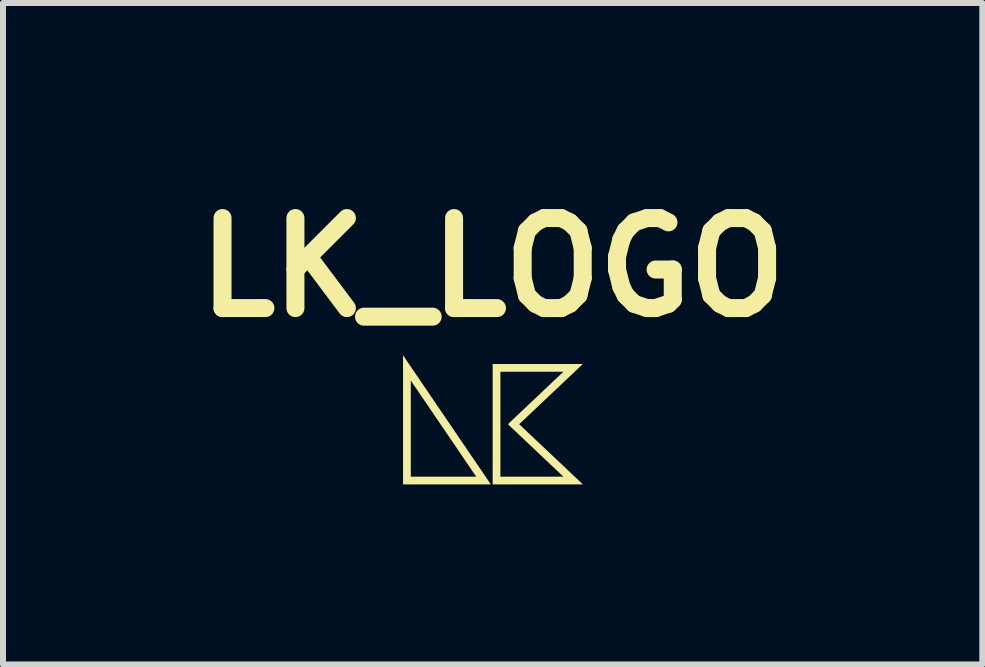
<source format=kicad_pcb>
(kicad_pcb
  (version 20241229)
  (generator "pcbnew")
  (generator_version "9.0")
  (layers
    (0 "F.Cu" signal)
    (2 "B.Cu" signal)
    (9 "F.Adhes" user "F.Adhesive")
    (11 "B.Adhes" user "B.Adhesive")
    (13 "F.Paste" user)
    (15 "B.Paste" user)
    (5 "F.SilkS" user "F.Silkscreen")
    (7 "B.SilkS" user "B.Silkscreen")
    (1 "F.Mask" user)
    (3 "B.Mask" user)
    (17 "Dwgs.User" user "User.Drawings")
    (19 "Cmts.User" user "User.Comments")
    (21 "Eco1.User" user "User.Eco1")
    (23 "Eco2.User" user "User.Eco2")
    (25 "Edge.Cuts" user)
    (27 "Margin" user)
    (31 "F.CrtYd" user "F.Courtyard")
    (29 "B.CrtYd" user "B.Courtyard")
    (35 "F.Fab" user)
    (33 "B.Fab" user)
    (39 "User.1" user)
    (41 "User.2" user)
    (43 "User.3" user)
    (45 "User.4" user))
  (footprint "LK_LOGO"
    (layer "F.Cu")
    (at 5.161 3.944)
    (property "Reference" "LK_LOGO" (at -0.004 -2.54 0) (layer "F.SilkS") (effects (font (size 1.5 1.5) (thickness 0.3))))
    (attr board_only exclude_from_pos_files exclude_from_bom)
    (fp_poly (pts (xy 0.747 -0.93) (xy 1.499 -0.93) (xy 1.497 -0.929) (xy 1.497 -0.928) (xy 1.496 -0.928) (xy 1.495 -0.927) (xy 1.493 -0.925) (xy 1.491 -0.923) (xy 1.488 -0.921) (xy 1.485 -0.918) (xy 1.482 -0.915) (xy 1.478 -0.911) (xy 1.474 -0.907) (xy 1.47 -0.903) (xy 1.465 -0.899) (xy 1.46 -0.894) (xy 1.454 -0.888) (xy 1.448 -0.883) (xy 1.442 -0.877) (xy 1.436 -0.871) (xy 1.429 -0.864) (xy 1.422 -0.858) (xy 1.414 -0.851) (xy 1.407 -0.843) (xy 1.398 -0.836) (xy 1.39 -0.828) (xy 1.382 -0.82) (xy 1.373 -0.811) (xy 1.364 -0.803) (xy 1.354 -0.794) (xy 1.345 -0.785) (xy 1.335 -0.775) (xy 1.325 -0.766) (xy 1.314 -0.756) (xy 1.304 -0.746) (xy 1.293 -0.736) (xy 1.282 -0.726) (xy 1.271 -0.715) (xy 1.26 -0.704) (xy 1.248 -0.694) (xy 1.237 -0.683) (xy 1.225 -0.671) (xy 1.213 -0.66) (xy 1.201 -0.649) (xy 1.189 -0.637) (xy 1.176 -0.625) (xy 1.164 -0.614) (xy 1.151 -0.602) (xy 1.138 -0.59) (xy 1.126 -0.578) (xy 1.113 -0.565) (xy 1.1 -0.553) (xy 1.087 -0.541) (xy 1.074 -0.528) (xy 1.06 -0.516) (xy 1.047 -0.504) (xy 1.034 -0.491) (xy 1.021 -0.478) (xy 1.007 -0.466) (xy 0.994 -0.453) (xy 0.98 -0.44) (xy 0.967 -0.428) (xy 0.954 -0.415) (xy 0.94 -0.403) (xy 0.927 -0.39) (xy 0.914 -0.377) (xy 0.9 -0.365) (xy 0.887 -0.352) (xy 0.874 -0.34) (xy 0.861 -0.327) (xy 0.848 -0.315) (xy 0.835 -0.302) (xy 0.822 -0.29) (xy 0.809 -0.278) (xy 0.796 -0.266) (xy 0.783 -0.254) (xy 0.771 -0.242) (xy 0.758 -0.23) (xy 0.746 -0.219) (xy 0.734 -0.207) (xy 0.721 -0.196) (xy 0.71 -0.184) (xy 0.698 -0.173) (xy 0.686 -0.162) (xy 0.675 -0.151) (xy 0.663 -0.141) (xy 0.652 -0.13) (xy 0.641 -0.12) (xy 0.631 -0.11) (xy 0.62 -0.1) (xy 0.61 -0.09) (xy 0.6 -0.081) (xy 0.59 -0.071) (xy 0.58 -0.062) (xy 0.571 -0.053) (xy 0.562 -0.045) (xy 0.553 -0.036) (xy 0.545 -0.028) (xy 0.536 -0.02) (xy 0.528 -0.013) (xy 0.52 -0.006) (xy 0.513 0.002) (xy 0.506 0.008) (xy 0.499 0.015) (xy 0.493 0.021) (xy 0.486 0.027) (xy 0.481 0.032) (xy 0.475 0.037) (xy 0.47 0.042) (xy 0.465 0.047) (xy 0.461 0.051) (xy 0.457 0.055) (xy 0.453 0.058) (xy 0.45 0.061) (xy 0.447 0.064) (xy 0.444 0.067) (xy 0.442 0.068) (xy 0.441 0.07) (xy 0.439 0.071) (xy 0.439 0.072) (xy 0.438 0.072) (xy 0.438 0.072) (xy 0.438 0.073) (xy 0.439 0.073) (xy 0.44 0.074) (xy 0.442 0.076) (xy 0.444 0.078) (xy 0.446 0.08) (xy 0.449 0.082) (xy 0.452 0.086) (xy 0.456 0.089) (xy 0.46 0.093) (xy 0.464 0.097) (xy 0.469 0.101) (xy 0.474 0.106) (xy 0.48 0.112) (xy 0.485 0.117) (xy 0.492 0.123) (xy 0.498 0.129) (xy 0.505 0.136) (xy 0.513 0.143) (xy 0.52 0.15) (xy 0.528 0.157) (xy 0.536 0.165) (xy 0.545 0.173) (xy 0.554 0.182) (xy 0.563 0.19) (xy 0.573 0.199) (xy 0.582 0.209) (xy 0.592 0.218) (xy 0.603 0.228) (xy 0.613 0.238) (xy 0.624 0.248) (xy 0.635 0.259) (xy 0.647 0.269) (xy 0.658 0.28) (xy 0.67 0.292) (xy 0.682 0.303) (xy 0.695 0.315) (xy 0.707 0.327) (xy 0.72 0.339) (xy 0.733 0.351) (xy 0.746 0.363) (xy 0.759 0.376) (xy 0.773 0.389) (xy 0.787 0.402) (xy 0.801 0.415) (xy 0.815 0.428) (xy 0.829 0.442) (xy 0.843 0.455) (xy 0.858 0.469) (xy 0.873 0.483) (xy 0.887 0.497) (xy 0.902 0.511) (xy 0.918 0.525) (xy 0.933 0.54) (xy 0.948 0.554) (xy 0.964 0.569) (xy 0.968 0.574) (xy 0.984 0.588) (xy 0.999 0.603) (xy 1.015 0.617) (xy 1.03 0.631) (xy 1.045 0.646) (xy 1.06 0.66) (xy 1.074 0.674) (xy 1.089 0.687) (xy 1.103 0.701) (xy 1.118 0.715) (xy 1.132 0.728) (xy 1.146 0.741) (xy 1.16 0.754) (xy 1.173 0.767) (xy 1.187 0.78) (xy 1.2 0.792) (xy 1.213 0.805) (xy 1.226 0.817) (xy 1.238 0.829) (xy 1.251 0.84) (xy 1.263 0.852) (xy 1.275 0.863) (xy 1.287 0.874) (xy 1.298 0.885) (xy 1.309 0.896) (xy 1.32 0.906) (xy 1.331 0.916) (xy 1.341 0.926) (xy 1.351 0.936) (xy 1.361 0.945) (xy 1.371 0.954) (xy 1.38 0.963) (xy 1.389 0.971) (xy 1.398 0.979) (xy 1.406 0.987) (xy 1.414 0.995) (xy 1.422 1.002) (xy 1.429 1.009) (xy 1.436 1.016) (xy 1.443 1.022) (xy 1.449 1.028) (xy 1.455 1.034) (xy 1.461 1.039) (xy 1.466 1.044) (xy 1.471 1.049) (xy 1.476 1.053) (xy 1.48 1.057) (xy 1.484 1.061) (xy 1.487 1.064) (xy 1.49 1.067) (xy 1.492 1.069) (xy 1.494 1.071) (xy 1.496 1.072) (xy 1.497 1.074) (xy 1.498 1.074) (xy 1.499 1.075) (xy 1.499 1.075) (xy 1.498 1.075) (xy 1.497 1.075) (xy 1.496 1.075) (xy 1.494 1.075) (xy 1.491 1.075) (xy 1.488 1.075) (xy 1.484 1.075) (xy 1.479 1.075) (xy 1.474 1.075) (xy 1.469 1.075) (xy 1.463 1.075) (xy 1.456 1.075) (xy 1.449 1.075) (xy 1.442 1.075) (xy 1.433 1.075) (xy 1.425 1.075) (xy 1.416 1.075) (xy 1.406 1.075) (xy 1.396 1.075) (xy 1.386 1.075) (xy 1.375 1.075) (xy 1.363 1.075) (xy 1.351 1.075) (xy 1.339 1.075) (xy 1.327 1.075) (xy 1.313 1.075) (xy 1.3 1.075) (xy 1.286 1.075) (xy 1.272 1.075) (xy 1.257 1.075) (xy 1.242 1.075) (xy 1.227 1.075) (xy 1.211 1.075) (xy 1.195 1.075) (xy 1.179 1.075) (xy 1.162 1.075) (xy 1.145 1.075) (xy 1.128 1.075) (xy 1.11 1.075) (xy 1.092 1.075) (xy 1.074 1.075) (xy 1.055 1.075) (xy 1.036 1.075) (xy 1.017 1.075) (xy 0.998 1.075) (xy 0.979 1.075) (xy 0.959 1.075) (xy 0.939 1.075) (xy 0.919 1.075) (xy 0.898 1.075) (xy 0.878 1.075) (xy 0.857 1.075) (xy 0.836 1.075) (xy 0.815 1.075) (xy 0.794 1.075) (xy 0.772 1.075) (xy 0.751 1.075) (xy 0.747 1.075) (xy -0.004 1.075) (xy -0.004 0.072) (xy -0.004 -0.801) (xy 0.125 -0.801) (xy 0.125 0.072) (xy 0.125 0.946) (xy 0.649 0.946) (xy 1.174 0.946) (xy 1.173 0.945) (xy 1.173 0.945) (xy 1.172 0.944) (xy 1.171 0.943) (xy 1.169 0.941) (xy 1.167 0.939) (xy 1.165 0.937) (xy 1.162 0.935) (xy 1.159 0.932) (xy 1.155 0.928) (xy 1.151 0.924) (xy 1.147 0.92) (xy 1.142 0.916) (xy 1.137 0.911) (xy 1.131 0.906) (xy 1.125 0.9) (xy 1.119 0.894) (xy 1.113 0.888) (xy 1.106 0.881) (xy 1.099 0.875) (xy 1.091 0.867) (xy 1.083 0.86) (xy 1.075 0.852) (xy 1.067 0.844) (xy 1.058 0.836) (xy 1.049 0.827) (xy 1.039 0.819) (xy 1.03 0.809) (xy 1.02 0.8) (xy 1.01 0.79) (xy 0.999 0.781) (xy 0.988 0.771) (xy 0.978 0.76) (xy 0.966 0.75) (xy 0.955 0.739) (xy 0.943 0.728) (xy 0.932 0.717) (xy 0.92 0.705) (xy 0.907 0.694) (xy 0.895 0.682) (xy 0.882 0.67) (xy 0.869 0.658) (xy 0.856 0.646) (xy 0.843 0.633) (xy 0.83 0.621) (xy 0.817 0.608) (xy 0.803 0.595) (xy 0.789 0.582) (xy 0.775 0.569) (xy 0.761 0.556) (xy 0.747 0.542) (xy 0.733 0.529) (xy 0.718 0.515) (xy 0.711 0.508) (xy 0.697 0.495) (xy 0.682 0.481) (xy 0.668 0.468) (xy 0.654 0.454) (xy 0.64 0.441) (xy 0.626 0.428) (xy 0.612 0.415) (xy 0.599 0.402) (xy 0.585 0.39) (xy 0.572 0.377) (xy 0.559 0.365) (xy 0.546 0.353) (xy 0.534 0.341) (xy 0.521 0.329) (xy 0.509 0.317) (xy 0.497 0.306) (xy 0.485 0.294) (xy 0.473 0.283) (xy 0.461 0.272) (xy 0.45 0.262) (xy 0.439 0.251) (xy 0.428 0.241) (xy 0.418 0.231) (xy 0.408 0.221) (xy 0.398 0.212) (xy 0.388 0.203) (xy 0.378 0.194) (xy 0.369 0.185) (xy 0.36 0.177) (xy 0.352 0.168) (xy 0.343 0.161) (xy 0.335 0.153) (xy 0.328 0.146) (xy 0.32 0.139) (xy 0.313 0.132) (xy 0.306 0.126) (xy 0.3 0.12) (xy 0.294 0.114) (xy 0.288 0.109) (xy 0.283 0.104) (xy 0.278 0.099) (xy 0.274 0.095) (xy 0.269 0.091) (xy 0.266 0.087) (xy 0.262 0.084) (xy 0.259 0.081) (xy 0.257 0.078) (xy 0.254 0.076) (xy 0.253 0.075) (xy 0.251 0.073) (xy 0.25 0.073) (xy 0.25 0.072) (xy 0.25 0.072) (xy 0.25 0.072) (xy 0.251 0.071) (xy 0.252 0.07) (xy 0.254 0.069) (xy 0.255 0.067) (xy 0.258 0.065) (xy 0.261 0.062) (xy 0.264 0.059) (xy 0.267 0.056) (xy 0.271 0.052) (xy 0.276 0.048) (xy 0.281 0.043) (xy 0.286 0.038) (xy 0.291 0.033) (xy 0.297 0.028) (xy 0.303 0.022) (xy 0.31 0.016) (xy 0.317 0.009) (xy 0.324 0.002) (xy 0.331 -0.005) (xy 0.339 -0.012) (xy 0.347 -0.02) (xy 0.356 -0.028) (xy 0.365 -0.036) (xy 0.374 -0.045) (xy 0.383 -0.054) (xy 0.393 -0.063) (xy 0.403 -0.072) (xy 0.413 -0.082) (xy 0.423 -0.092) (xy 0.434 -0.102) (xy 0.445 -0.112) (xy 0.456 -0.122) (xy 0.467 -0.133) (xy 0.479 -0.144) (xy 0.491 -0.155) (xy 0.503 -0.167) (xy 0.515 -0.178) (xy 0.527 -0.19) (xy 0.54 -0.202) (xy 0.553 -0.214) (xy 0.566 -0.226) (xy 0.579 -0.239) (xy 0.592 -0.251) (xy 0.605 -0.264) (xy 0.619 -0.277) (xy 0.633 -0.29) (xy 0.647 -0.303) (xy 0.661 -0.316) (xy 0.675 -0.33) (xy 0.689 -0.343) (xy 0.703 -0.357) (xy 0.71 -0.362) (xy 0.724 -0.376) (xy 0.738 -0.39) (xy 0.753 -0.403) (xy 0.767 -0.416) (xy 0.781 -0.43) (xy 0.795 -0.443) (xy 0.808 -0.456) (xy 0.822 -0.468) (xy 0.835 -0.481) (xy 0.848 -0.494) (xy 0.861 -0.506) (xy 0.874 -0.518) (xy 0.887 -0.53) (xy 0.9 -0.542) (xy 0.912 -0.554) (xy 0.924 -0.565) (xy 0.936 -0.576) (xy 0.948 -0.587) (xy 0.959 -0.598) (xy 0.97 -0.609) (xy 0.982 -0.619) (xy 0.992 -0.63) (xy 1.003 -0.64) (xy 1.013 -0.649) (xy 1.023 -0.659) (xy 1.033 -0.668) (xy 1.042 -0.677) (xy 1.052 -0.686) (xy 1.061 -0.694) (xy 1.069 -0.702) (xy 1.078 -0.71) (xy 1.086 -0.718) (xy 1.093 -0.725) (xy 1.101 -0.732) (xy 1.108 -0.739) (xy 1.115 -0.745) (xy 1.121 -0.751) (xy 1.127 -0.757) (xy 1.133 -0.762) (xy 1.138 -0.767) (xy 1.143 -0.772) (xy 1.148 -0.776) (xy 1.152 -0.78) (xy 1.156 -0.784) (xy 1.159 -0.787) (xy 1.162 -0.79) (xy 1.165 -0.793) (xy 1.167 -0.795) (xy 1.169 -0.796) (xy 1.17 -0.798) (xy 1.171 -0.799) (xy 1.171 -0.799) (xy 1.171 -0.799) (xy 1.174 -0.801) (xy 0.649 -0.801) (xy 0.125 -0.801) (xy -0.004 -0.801) (xy -0.004 -0.93)) (stroke (width 0) (type solid)) (fill yes) (layer "F.SilkS"))
    (fp_poly (pts (xy -1.438 -0.989) (xy -1.433 -0.981) (xy -1.427 -0.972) (xy -1.42 -0.963) (xy -1.414 -0.953) (xy -1.407 -0.943) (xy -1.4 -0.933) (xy -1.393 -0.923) (xy -1.385 -0.912) (xy -1.378 -0.9) (xy -1.37 -0.889) (xy -1.362 -0.877) (xy -1.353 -0.864) (xy -1.345 -0.852) (xy -1.336 -0.839) (xy -1.327 -0.825) (xy -1.318 -0.812) (xy -1.308 -0.798) (xy -1.299 -0.784) (xy -1.289 -0.77) (xy -1.279 -0.755) (xy -1.269 -0.74) (xy -1.258 -0.725) (xy -1.248 -0.709) (xy -1.237 -0.694) (xy -1.226 -0.678) (xy -1.215 -0.661) (xy -1.204 -0.645) (xy -1.193 -0.628) (xy -1.181 -0.611) (xy -1.17 -0.594) (xy -1.158 -0.577) (xy -1.146 -0.56) (xy -1.134 -0.542) (xy -1.122 -0.524) (xy -1.11 -0.506) (xy -1.097 -0.488) (xy -1.085 -0.47) (xy -1.072 -0.451) (xy -1.06 -0.433) (xy -1.047 -0.414) (xy -1.034 -0.395) (xy -1.021 -0.376) (xy -1.008 -0.357) (xy -0.995 -0.337) (xy -0.982 -0.318) (xy -0.968 -0.298) (xy -0.955 -0.279) (xy -0.942 -0.259) (xy -0.928 -0.239) (xy -0.915 -0.219) (xy -0.901 -0.199) (xy -0.888 -0.179) (xy -0.874 -0.159) (xy -0.86 -0.139) (xy -0.847 -0.119) (xy -0.833 -0.099) (xy -0.819 -0.079) (xy -0.805 -0.058) (xy -0.792 -0.038) (xy -0.778 -0.018) (xy -0.764 0.002) (xy -0.75 0.023) (xy -0.736 0.043) (xy -0.722 0.063) (xy -0.709 0.084) (xy -0.695 0.104) (xy -0.681 0.124) (xy -0.667 0.144) (xy -0.654 0.164) (xy -0.64 0.184) (xy -0.627 0.204) (xy -0.613 0.224) (xy -0.599 0.244) (xy -0.586 0.264) (xy -0.573 0.284) (xy -0.559 0.303) (xy -0.546 0.323) (xy -0.533 0.342) (xy -0.52 0.362) (xy -0.507 0.381) (xy -0.494 0.4) (xy -0.481 0.419) (xy -0.468 0.438) (xy -0.455 0.456) (xy -0.443 0.475) (xy -0.43 0.493) (xy -0.418 0.512) (xy -0.405 0.53) (xy -0.393 0.547) (xy -0.381 0.565) (xy -0.369 0.583) (xy -0.358 0.6) (xy -0.346 0.617) (xy -0.334 0.634) (xy -0.323 0.651) (xy -0.312 0.667) (xy -0.301 0.683) (xy -0.29 0.699) (xy -0.279 0.715) (xy -0.269 0.731) (xy -0.258 0.746) (xy -0.248 0.761) (xy -0.238 0.776) (xy -0.228 0.79) (xy -0.219 0.804) (xy -0.209 0.818) (xy -0.2 0.832) (xy -0.191 0.845) (xy -0.182 0.858) (xy -0.173 0.871) (xy -0.165 0.883) (xy -0.157 0.895) (xy -0.149 0.907) (xy -0.141 0.918) (xy -0.134 0.929) (xy -0.126 0.94) (xy -0.119 0.95) (xy -0.113 0.96) (xy -0.106 0.97) (xy -0.1 0.979) (xy -0.094 0.988) (xy -0.088 0.997) (xy -0.083 1.005) (xy -0.077 1.012) (xy -0.072 1.019) (xy -0.068 1.026) (xy -0.063 1.033) (xy -0.059 1.039) (xy -0.056 1.044) (xy -0.052 1.049) (xy -0.049 1.054) (xy -0.046 1.058) (xy -0.044 1.062) (xy -0.041 1.065) (xy -0.039 1.068) (xy -0.038 1.07) (xy -0.037 1.072) (xy -0.036 1.074) (xy -0.035 1.074) (xy -0.035 1.075) (xy -0.035 1.075) (xy -0.035 1.075) (xy -0.036 1.075) (xy -0.038 1.075) (xy -0.04 1.075) (xy -0.042 1.075) (xy -0.046 1.075) (xy -0.05 1.075) (xy -0.054 1.075) (xy -0.059 1.075) (xy -0.065 1.075) (xy -0.071 1.075) (xy -0.078 1.075) (xy -0.085 1.075) (xy -0.093 1.075) (xy -0.101 1.075) (xy -0.11 1.075) (xy -0.119 1.075) (xy -0.129 1.075) (xy -0.139 1.075) (xy -0.15 1.075) (xy -0.161 1.075) (xy -0.173 1.075) (xy -0.185 1.075) (xy -0.198 1.075) (xy -0.211 1.075) (xy -0.225 1.075) (xy -0.239 1.075) (xy -0.253 1.075) (xy -0.268 1.075) (xy -0.283 1.075) (xy -0.299 1.075) (xy -0.315 1.075) (xy -0.332 1.075) (xy -0.349 1.075) (xy -0.366 1.075) (xy -0.384 1.075) (xy -0.402 1.075) (xy -0.42 1.075) (xy -0.439 1.075) (xy -0.458 1.075) (xy -0.478 1.075) (xy -0.498 1.075) (xy -0.518 1.075) (xy -0.538 1.075) (xy -0.559 1.075) (xy -0.58 1.075) (xy -0.602 1.075) (xy -0.624 1.075) (xy -0.646 1.075) (xy -0.668 1.075) (xy -0.691 1.075) (xy -0.713 1.075) (xy -0.737 1.075) (xy -0.76 1.075) (xy -0.766 1.075) (xy -0.793 1.075) (xy -0.819 1.075) (xy -0.844 1.075) (xy -0.869 1.075) (xy -0.893 1.075) (xy -0.917 1.075) (xy -0.94 1.075) (xy -0.962 1.075) (xy -0.984 1.075) (xy -1.006 1.075) (xy -1.026 1.075) (xy -1.047 1.075) (xy -1.066 1.075) (xy -1.085 1.075) (xy -1.104 1.075) (xy -1.122 1.075) (xy -1.14 1.075) (xy -1.157 1.075) (xy -1.173 1.075) (xy -1.189 1.075) (xy -1.205 1.075) (xy -1.22 1.075) (xy -1.235 1.075) (xy -1.249 1.075) (xy -1.262 1.075) (xy -1.276 1.075) (xy -1.288 1.075) (xy -1.301 1.075) (xy -1.312 1.075) (xy -1.324 1.075) (xy -1.335 1.075) (xy -1.345 1.075) (xy -1.355 1.075) (xy -1.365 1.075) (xy -1.375 1.075) (xy -1.383 1.075) (xy -1.392 1.075) (xy -1.4 1.075) (xy -1.408 1.075) (xy -1.415 1.075) (xy -1.422 1.075) (xy -1.429 1.075) (xy -1.435 1.075) (xy -1.441 1.075) (xy -1.447 1.075) (xy -1.452 1.075) (xy -1.457 1.075) (xy -1.462 1.075) (xy -1.466 1.075) (xy -1.47 1.075) (xy -1.474 1.075) (xy -1.477 1.075) (xy -1.48 1.075) (xy -1.483 1.075) (xy -1.486 1.075) (xy -1.488 1.075) (xy -1.49 1.075) (xy -1.492 1.075) (xy -1.493 1.075) (xy -1.494 1.075) (xy -1.495 1.075) (xy -1.496 1.075) (xy -1.497 1.075) (xy -1.497 1.075) (xy -1.497 1.075) (xy -1.497 1.075) (xy -1.497 1.074) (xy -1.497 1.073) (xy -1.497 1.072) (xy -1.497 1.07) (xy -1.497 1.067) (xy -1.497 1.064) (xy -1.497 1.06) (xy -1.497 1.055) (xy -1.497 1.05) (xy -1.497 1.045) (xy -1.497 1.039) (xy -1.497 1.032) (xy -1.497 1.025) (xy -1.497 1.017) (xy -1.497 1.009) (xy -1.497 1) (xy -1.497 0.991) (xy -1.497 0.981) (xy -1.497 0.97) (xy -1.497 0.96) (xy -1.497 0.948) (xy -1.497 0.946) (xy -1.368 0.946) (xy -0.824 0.946) (xy -0.279 0.946) (xy -0.28 0.944) (xy -0.28 0.944) (xy -0.281 0.943) (xy -0.282 0.942) (xy -0.283 0.94) (xy -0.284 0.938) (xy -0.286 0.935) (xy -0.289 0.932) (xy -0.291 0.928) (xy -0.294 0.924) (xy -0.297 0.919) (xy -0.3 0.914) (xy -0.304 0.909) (xy -0.308 0.903) (xy -0.313 0.896) (xy -0.317 0.889) (xy -0.322 0.882) (xy -0.327 0.875) (xy -0.333 0.866) (xy -0.339 0.858) (xy -0.345 0.849) (xy -0.351 0.84) (xy -0.358 0.83) (xy -0.364 0.82) (xy -0.371 0.81) (xy -0.379 0.799) (xy -0.386 0.788) (xy -0.394 0.776) (xy -0.402 0.765) (xy -0.41 0.752) (xy -0.419 0.74) (xy -0.428 0.727) (xy -0.437 0.714) (xy -0.446 0.7) (xy -0.455 0.687) (xy -0.465 0.673) (xy -0.474 0.658) (xy -0.484 0.644) (xy -0.495 0.629) (xy -0.505 0.613) (xy -0.516 0.598) (xy -0.526 0.582) (xy -0.537 0.566) (xy -0.548 0.55) (xy -0.559 0.533) (xy -0.571 0.517) (xy -0.582 0.5) (xy -0.594 0.482) (xy -0.606 0.465) (xy -0.618 0.447) (xy -0.63 0.429) (xy -0.643 0.411) (xy -0.655 0.393) (xy -0.668 0.374) (xy -0.68 0.356) (xy -0.693 0.337) (xy -0.706 0.318) (xy -0.719 0.299) (xy -0.732 0.279) (xy -0.745 0.26) (xy -0.759 0.24) (xy -0.772 0.22) (xy -0.786 0.2) (xy -0.799 0.18) (xy -0.813 0.16) (xy -0.824 0.144) (xy -0.838 0.124) (xy -0.852 0.104) (xy -0.865 0.084) (xy -0.879 0.064) (xy -0.892 0.044) (xy -0.906 0.024) (xy -0.919 0.005) (xy -0.932 -0.014) (xy -0.945 -0.034) (xy -0.958 -0.053) (xy -0.971 -0.071) (xy -0.983 -0.09) (xy -0.996 -0.108) (xy -1.008 -0.127) (xy -1.021 -0.145) (xy -1.033 -0.163) (xy -1.045 -0.18) (xy -1.056 -0.198) (xy -1.068 -0.215) (xy -1.08 -0.232) (xy -1.091 -0.248) (xy -1.102 -0.265) (xy -1.113 -0.281) (xy -1.124 -0.297) (xy -1.135 -0.313) (xy -1.145 -0.328) (xy -1.156 -0.343) (xy -1.166 -0.358) (xy -1.176 -0.373) (xy -1.185 -0.387) (xy -1.195 -0.401) (xy -1.204 -0.415) (xy -1.213 -0.428) (xy -1.222 -0.441) (xy -1.231 -0.454) (xy -1.239 -0.466) (xy -1.247 -0.478) (xy -1.255 -0.49) (xy -1.263 -0.502) (xy -1.271 -0.513) (xy -1.278 -0.523) (xy -1.285 -0.534) (xy -1.292 -0.543) (xy -1.298 -0.553) (xy -1.304 -0.562) (xy -1.31 -0.571) (xy -1.316 -0.579) (xy -1.322 -0.587) (xy -1.327 -0.595) (xy -1.332 -0.602) (xy -1.336 -0.609) (xy -1.34 -0.615) (xy -1.344 -0.621) (xy -1.348 -0.626) (xy -1.351 -0.631) (xy -1.354 -0.636) (xy -1.357 -0.64) (xy -1.36 -0.643) (xy -1.362 -0.647) (xy -1.364 -0.649) (xy -1.365 -0.651) (xy -1.366 -0.653) (xy -1.367 -0.654) (xy -1.367 -0.655) (xy -1.368 -0.655) (xy -1.368 -0.655) (xy -1.368 -0.654) (xy -1.368 -0.652) (xy -1.368 -0.65) (xy -1.368 -0.647) (xy -1.368 -0.644) (xy -1.368 -0.64) (xy -1.368 -0.636) (xy -1.368 -0.631) (xy -1.368 -0.625) (xy -1.368 -0.619) (xy -1.368 -0.613) (xy -1.368 -0.605) (xy -1.368 -0.598) (xy -1.368 -0.589) (xy -1.368 -0.581) (xy -1.368 -0.571) (xy -1.368 -0.562) (xy -1.368 -0.551) (xy -1.368 -0.541) (xy -1.368 -0.53) (xy -1.368 -0.518) (xy -1.368 -0.506) (xy -1.368 -0.493) (xy -1.368 -0.48) (xy -1.368 -0.467) (xy -1.368 -0.453) (xy -1.368 -0.439) (xy -1.368 -0.424) (xy -1.368 -0.409) (xy -1.368 -0.393) (xy -1.368 -0.377) (xy -1.368 -0.361) (xy -1.368 -0.344) (xy -1.368 -0.327) (xy -1.368 -0.31) (xy -1.368 -0.292) (xy -1.368 -0.274) (xy -1.368 -0.255) (xy -1.368 -0.237) (xy -1.368 -0.217) (xy -1.368 -0.198) (xy -1.368 -0.178) (xy -1.368 -0.158) (xy -1.368 -0.138) (xy -1.368 -0.117) (xy -1.368 -0.096) (xy -1.368 -0.075) (xy -1.368 -0.053) (xy -1.368 -0.032) (xy -1.368 -0.01) (xy -1.368 0.013) (xy -1.368 0.035) (xy -1.368 0.058) (xy -1.368 0.081) (xy -1.368 0.104) (xy -1.368 0.128) (xy -1.368 0.145) (xy -1.368 0.946) (xy -1.497 0.946) (xy -1.497 0.937) (xy -1.497 0.925) (xy -1.497 0.912) (xy -1.497 0.899) (xy -1.497 0.885) (xy -1.497 0.871) (xy -1.497 0.857) (xy -1.497 0.842) (xy -1.497 0.827) (xy -1.497 0.811) (xy -1.497 0.795) (xy -1.497 0.779) (xy -1.497 0.762) (xy -1.497 0.744) (xy -1.497 0.727) (xy -1.497 0.709) (xy -1.497 0.691) (xy -1.497 0.672) (xy -1.497 0.653) (xy -1.497 0.633) (xy -1.497 0.614) (xy -1.497 0.594) (xy -1.497 0.573) (xy -1.497 0.553) (xy -1.497 0.532) (xy -1.497 0.511) (xy -1.497 0.489) (xy -1.497 0.467) (xy -1.497 0.445) (xy -1.497 0.423) (xy -1.497 0.4) (xy -1.497 0.377) (xy -1.497 0.354) (xy -1.497 0.331) (xy -1.497 0.307) (xy -1.497 0.283) (xy -1.497 0.259) (xy -1.497 0.235) (xy -1.497 0.211) (xy -1.497 0.186) (xy -1.497 0.161) (xy -1.497 0.136) (xy -1.497 0.111) (xy -1.497 0.086) (xy -1.497 0.06) (xy -1.497 0.034) (xy -1.497 0.009) (xy -1.497 -0.001) (xy -1.497 -1.076)) (stroke (width 0) (type solid)) (fill yes) (layer "F.SilkS")))
  (gr_rect
    (start -3 -3)
    (end 13.314 8.019)
    (stroke (width 0.1) (type default))
    (fill no)
    (layer "Edge.Cuts")))
</source>
